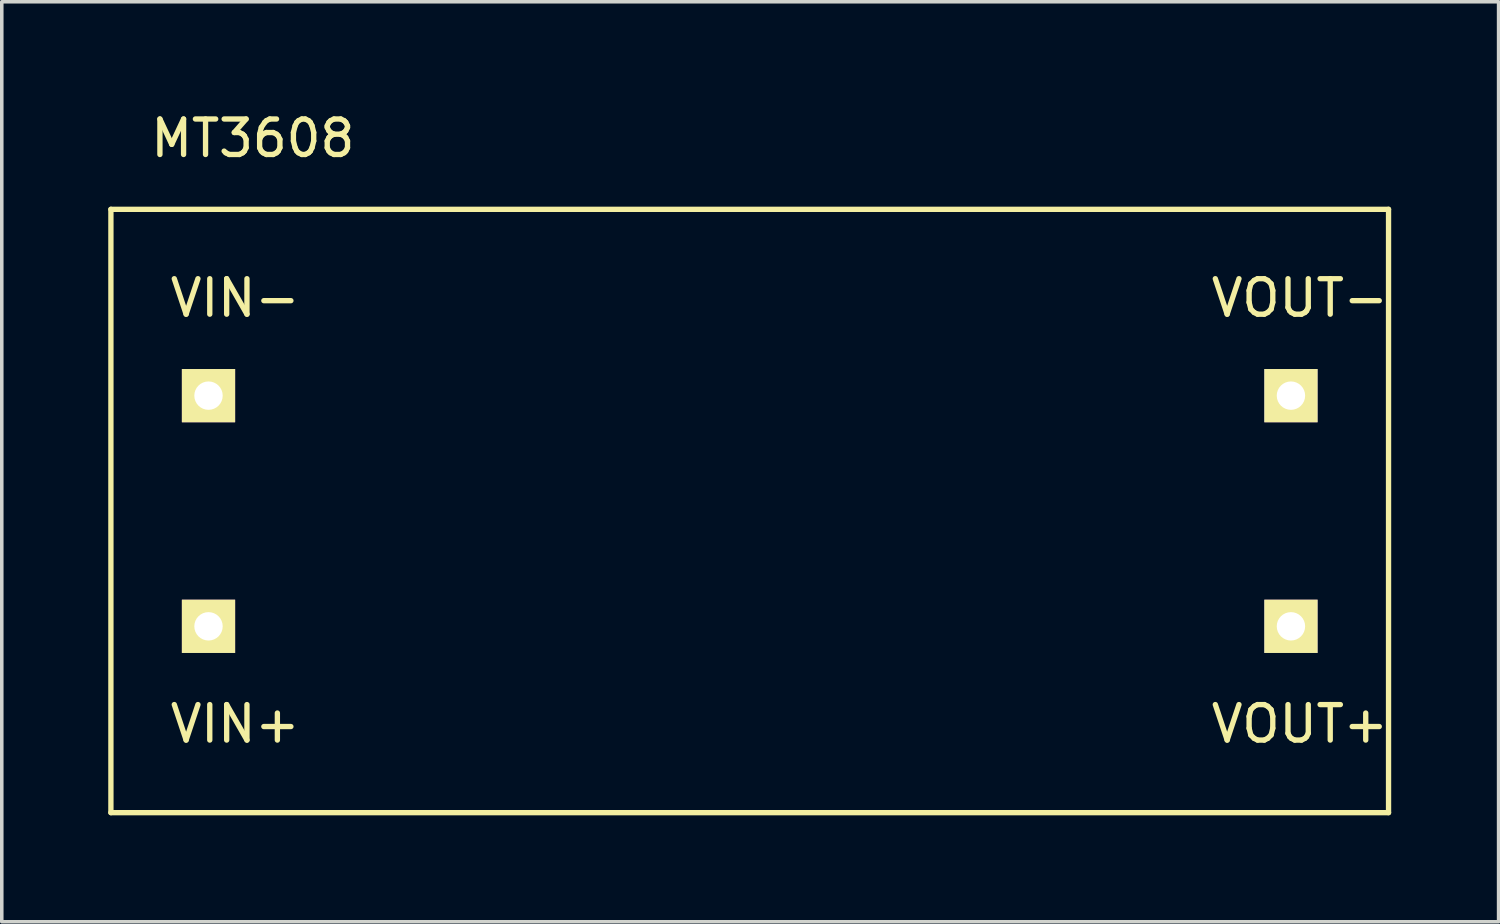
<source format=kicad_pcb>
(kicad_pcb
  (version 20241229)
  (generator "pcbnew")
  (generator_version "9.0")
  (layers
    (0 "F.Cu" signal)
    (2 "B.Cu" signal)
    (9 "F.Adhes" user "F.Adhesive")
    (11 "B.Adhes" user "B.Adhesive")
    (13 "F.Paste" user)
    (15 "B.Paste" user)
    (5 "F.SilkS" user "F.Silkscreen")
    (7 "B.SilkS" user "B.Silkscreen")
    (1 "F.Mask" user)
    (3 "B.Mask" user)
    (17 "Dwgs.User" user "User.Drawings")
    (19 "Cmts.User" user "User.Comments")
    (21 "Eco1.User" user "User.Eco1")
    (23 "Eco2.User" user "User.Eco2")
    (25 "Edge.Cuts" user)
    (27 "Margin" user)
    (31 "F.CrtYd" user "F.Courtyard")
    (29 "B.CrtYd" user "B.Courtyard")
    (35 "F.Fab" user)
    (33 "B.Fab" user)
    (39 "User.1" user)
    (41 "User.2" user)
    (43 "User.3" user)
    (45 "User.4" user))
  (footprint "MT3608"
    (layer "F.Cu")
    (at 18.075 11.348)
    (property "Reference" "MT3608" (at -14 -10.5 0) (layer "F.SilkS") (effects (font (size 1 1) (thickness 0.15))))
    (attr through_hole)
    (fp_line (start -18 -8.5) (end 18 -8.5) (stroke (width 0.15) (type solid)) (layer "F.SilkS"))
    (fp_line (start -18 8.5) (end -18 -8.5) (stroke (width 0.15) (type solid)) (layer "F.SilkS"))
    (fp_line (start 18 -8.5) (end 18 8.5) (stroke (width 0.15) (type solid)) (layer "F.SilkS"))
    (fp_line (start 18 8.5) (end -18 8.5) (stroke (width 0.15) (type solid)) (layer "F.SilkS"))
    (fp_text user "VOUT+" (at 15.5 6 0) (layer "F.SilkS") (effects (font (size 1 1) (thickness 0.15))))
    (fp_text user "VIN-" (at -14.5 -6 0) (layer "F.SilkS") (effects (font (size 1 1) (thickness 0.15))))
    (fp_text user "VOUT-" (at 15.5 -6 0) (layer "F.SilkS") (effects (font (size 1 1) (thickness 0.15))))
    (fp_text user "VIN+" (at -14.5 6 0) (layer "F.SilkS") (effects (font (size 1 1) (thickness 0.15))))
    (pad "1" thru_hole rect (at -15.25 -3.25) (size 1.5 1.5) (drill 0.8) (layers "*.Cu" "*.Mask" "F.SilkS"))
    (pad "2" thru_hole rect (at -15.25 3.25) (size 1.5 1.5) (drill 0.8) (layers "*.Cu" "*.Mask" "F.SilkS"))
    (pad "3" thru_hole rect (at 15.25 -3.25) (size 1.5 1.5) (drill 0.8) (layers "*.Cu" "*.Mask" "F.SilkS"))
    (pad "4" thru_hole rect (at 15.25 3.25) (size 1.5 1.5) (drill 0.8) (layers "*.Cu" "*.Mask" "F.SilkS")))
  (gr_rect
    (start -3 -3)
    (end 39.176 22.923)
    (stroke (width 0.1) (type default))
    (fill no)
    (layer "Edge.Cuts")))
</source>
